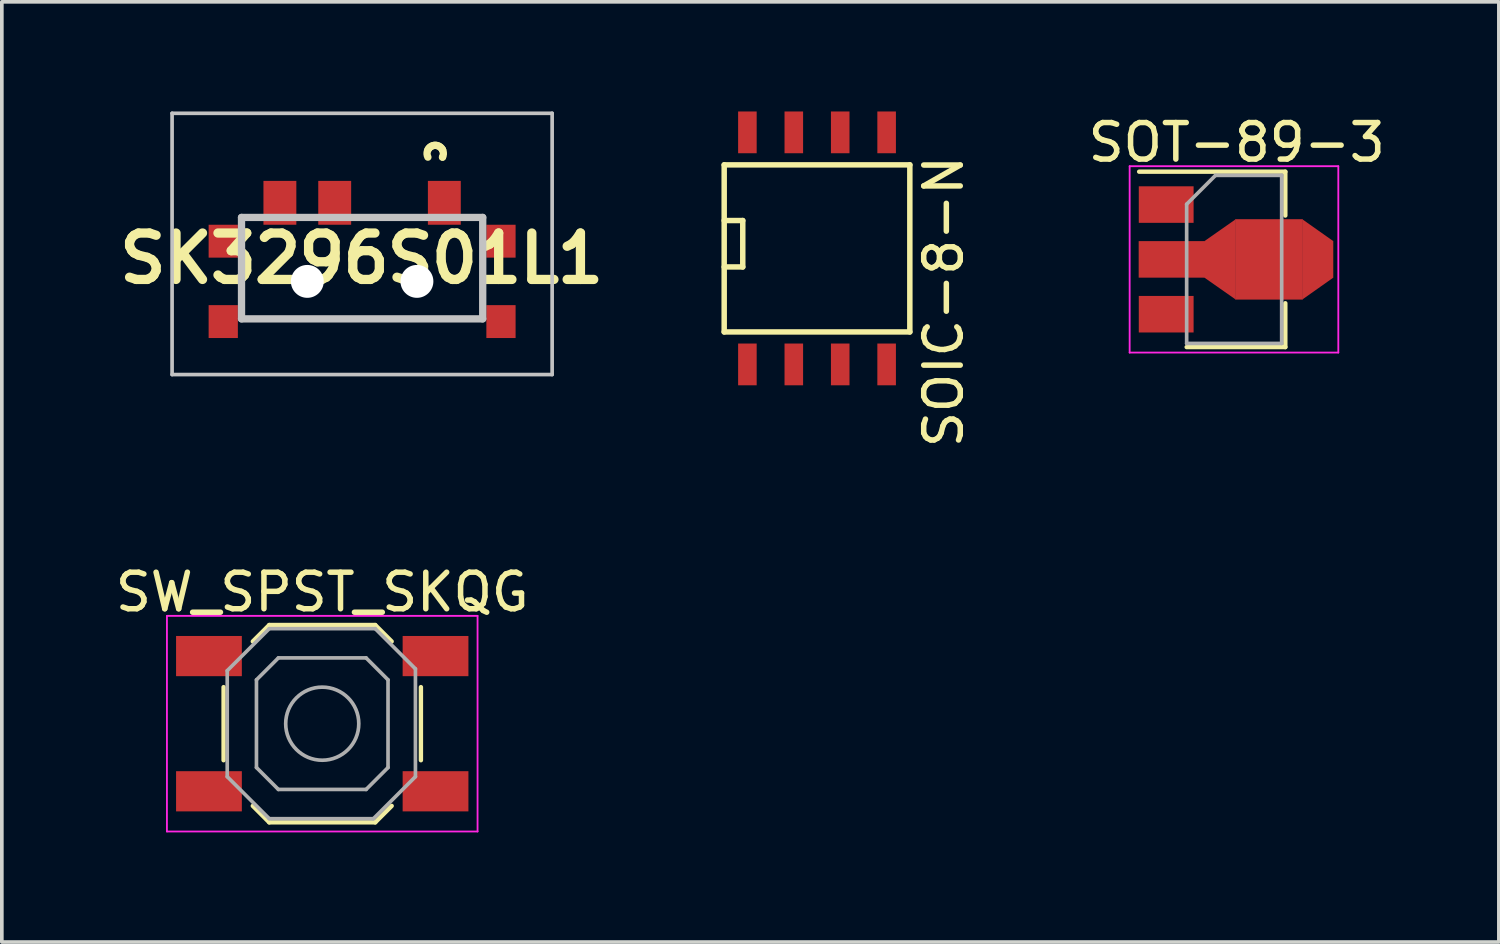
<source format=kicad_pcb>
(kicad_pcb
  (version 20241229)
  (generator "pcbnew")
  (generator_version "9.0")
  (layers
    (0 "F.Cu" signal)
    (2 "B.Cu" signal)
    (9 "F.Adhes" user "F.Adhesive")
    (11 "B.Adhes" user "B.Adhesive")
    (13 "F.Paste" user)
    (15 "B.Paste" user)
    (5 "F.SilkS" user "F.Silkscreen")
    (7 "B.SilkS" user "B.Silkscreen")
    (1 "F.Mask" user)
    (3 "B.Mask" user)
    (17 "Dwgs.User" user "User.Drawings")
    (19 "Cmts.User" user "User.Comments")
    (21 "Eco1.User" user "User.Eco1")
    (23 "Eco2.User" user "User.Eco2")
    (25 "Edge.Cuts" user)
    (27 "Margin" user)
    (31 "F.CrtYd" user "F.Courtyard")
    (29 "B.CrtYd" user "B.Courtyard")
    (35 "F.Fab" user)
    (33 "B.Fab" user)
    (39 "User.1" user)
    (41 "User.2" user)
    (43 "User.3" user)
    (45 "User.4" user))
  (footprint "SOT-89-3"
    (layer "F.Cu")
    (at 30.342 4.048)
    (property "Reference" "SOT-89-3" (at 0.45 -3.2 180) (layer "F.SilkS") (effects (font (size 1 1) (thickness 0.15))))
    (attr smd)
    (fp_line (start -2.22 -2.4) (end 1.78 -2.4) (stroke (width 0.12) (type solid)) (layer "F.SilkS"))
    (fp_line (start 1.78 -2.4) (end 1.78 -1.2) (stroke (width 0.12) (type solid)) (layer "F.SilkS"))
    (fp_line (start 1.78 1.2) (end 1.78 2.4) (stroke (width 0.12) (type solid)) (layer "F.SilkS"))
    (fp_line (start 1.78 2.4) (end -0.92 2.4) (stroke (width 0.12) (type solid)) (layer "F.SilkS"))
    (fp_line (start -2.48 2.55) (end -2.48 -2.55) (stroke (width 0.05) (type solid)) (layer "F.CrtYd"))
    (fp_line (start -2.48 2.55) (end 3.23 2.55) (stroke (width 0.05) (type solid)) (layer "F.CrtYd"))
    (fp_line (start 3.23 -2.55) (end -2.48 -2.55) (stroke (width 0.05) (type solid)) (layer "F.CrtYd"))
    (fp_line (start 3.23 -2.55) (end 3.23 2.55) (stroke (width 0.05) (type solid)) (layer "F.CrtYd"))
    (fp_line (start -0.92 -1.51) (end -0.13 -2.3) (stroke (width 0.1) (type solid)) (layer "F.Fab"))
    (fp_line (start -0.92 2.3) (end -0.92 -1.51) (stroke (width 0.1) (type solid)) (layer "F.Fab"))
    (fp_line (start -0.13 -2.3) (end 1.68 -2.3) (stroke (width 0.1) (type solid)) (layer "F.Fab"))
    (fp_line (start 1.68 -2.3) (end 1.68 2.3) (stroke (width 0.1) (type solid)) (layer "F.Fab"))
    (fp_line (start 1.68 2.3) (end -0.92 2.3) (stroke (width 0.1) (type solid)) (layer "F.Fab"))
    (pad "1" smd rect (at -1.48 -1.5 270) (size 1 1.5) (layers "F.Cu" "F.Mask" "F.Paste"))
    (pad "2" smd rect (at -1.333 0 270) (size 1 1.8) (layers "F.Cu" "F.Mask" "F.Paste"))
    (pad "2" smd trapezoid (at -0.076 0 90) (size 1.5 1) (rect_delta 0 0.7) (layers "F.Cu" "F.Mask" "F.Paste"))
    (pad "2" smd rect (at 1.333 0 270) (size 2.2 1.84) (layers "F.Cu" "F.Mask" "F.Paste"))
    (pad "2" smd trapezoid (at 2.667 0 270) (size 1.6 0.85) (rect_delta 0 0.6) (layers "F.Cu" "F.Mask" "F.Paste"))
    (pad "3" smd rect (at -1.48 1.5 270) (size 1 1.5) (layers "F.Cu" "F.Mask" "F.Paste")))
  (footprint "SW_SPST_SKQG"
    (layer "F.Cu")
    (at 5.768 16.753)
    (property "Reference" "SW_SPST_SKQG" (at 0 -3.6 180) (layer "F.SilkS") (effects (font (size 1 1) (thickness 0.15))))
    (attr smd)
    (fp_line (start -2.7 1) (end -2.7 -1) (stroke (width 0.12) (type solid)) (layer "F.SilkS"))
    (fp_line (start -1.9 -2.25) (end -1.45 -2.7) (stroke (width 0.12) (type solid)) (layer "F.SilkS"))
    (fp_line (start -1.45 -2.7) (end 1.45 -2.7) (stroke (width 0.12) (type solid)) (layer "F.SilkS"))
    (fp_line (start -1.45 2.7) (end -1.9 2.25) (stroke (width 0.12) (type solid)) (layer "F.SilkS"))
    (fp_line (start 1.45 -2.7) (end 1.9 -2.25) (stroke (width 0.12) (type solid)) (layer "F.SilkS"))
    (fp_line (start 1.45 2.7) (end -1.45 2.7) (stroke (width 0.12) (type solid)) (layer "F.SilkS"))
    (fp_line (start 1.9 2.25) (end 1.45 2.7) (stroke (width 0.12) (type solid)) (layer "F.SilkS"))
    (fp_line (start 2.7 -1) (end 2.7 1) (stroke (width 0.12) (type solid)) (layer "F.SilkS"))
    (fp_line (start -4.25 -2.95) (end -4.25 2.95) (stroke (width 0.05) (type solid)) (layer "F.CrtYd"))
    (fp_line (start -4.25 2.95) (end 4.25 2.95) (stroke (width 0.05) (type solid)) (layer "F.CrtYd"))
    (fp_line (start 4.25 -2.95) (end -4.25 -2.95) (stroke (width 0.05) (type solid)) (layer "F.CrtYd"))
    (fp_line (start 4.25 2.95) (end 4.25 -2.95) (stroke (width 0.05) (type solid)) (layer "F.CrtYd"))
    (fp_line (start -2.6 -1.45) (end -1.45 -2.6) (stroke (width 0.1) (type solid)) (layer "F.Fab"))
    (fp_line (start -2.6 1.45) (end -2.6 -1.45) (stroke (width 0.1) (type solid)) (layer "F.Fab"))
    (fp_line (start -1.8 -1.2) (end -1.2 -1.8) (stroke (width 0.1) (type solid)) (layer "F.Fab"))
    (fp_line (start -1.8 1.2) (end -1.8 -1.2) (stroke (width 0.1) (type solid)) (layer "F.Fab"))
    (fp_line (start -1.45 -2.6) (end 1.45 -2.6) (stroke (width 0.1) (type solid)) (layer "F.Fab"))
    (fp_line (start -1.45 2.6) (end -2.6 1.45) (stroke (width 0.1) (type solid)) (layer "F.Fab"))
    (fp_line (start -1.2 -1.8) (end 1.2 -1.8) (stroke (width 0.1) (type solid)) (layer "F.Fab"))
    (fp_line (start -1.2 1.8) (end -1.8 1.2) (stroke (width 0.1) (type solid)) (layer "F.Fab"))
    (fp_line (start 1.2 -1.8) (end 1.8 -1.2) (stroke (width 0.1) (type solid)) (layer "F.Fab"))
    (fp_line (start 1.2 1.8) (end -1.2 1.8) (stroke (width 0.1) (type solid)) (layer "F.Fab"))
    (fp_line (start 1.4 2.6) (end -1.45 2.6) (stroke (width 0.1) (type solid)) (layer "F.Fab"))
    (fp_line (start 1.45 -2.6) (end 2.55 -1.5) (stroke (width 0.1) (type solid)) (layer "F.Fab"))
    (fp_line (start 1.8 -1.2) (end 1.8 1.2) (stroke (width 0.1) (type solid)) (layer "F.Fab"))
    (fp_line (start 1.8 1.2) (end 1.2 1.8) (stroke (width 0.1) (type solid)) (layer "F.Fab"))
    (fp_line (start 2.55 -1.5) (end 2.55 1.45) (stroke (width 0.1) (type solid)) (layer "F.Fab"))
    (fp_line (start 2.55 1.45) (end 1.4 2.6) (stroke (width 0.1) (type solid)) (layer "F.Fab"))
    (fp_circle (center 0 0) (end 1 0) (stroke (width 0.1) (type solid)) (fill no) (layer "F.Fab"))
    (pad "1" smd rect (at -3.1 -1.85) (size 1.8 1.1) (layers "F.Cu" "F.Mask" "F.Paste"))
    (pad "1" smd rect (at 3.1 -1.85) (size 1.8 1.1) (layers "F.Cu" "F.Mask" "F.Paste"))
    (pad "2" smd rect (at -3.1 1.85) (size 1.8 1.1) (layers "F.Cu" "F.Mask" "F.Paste"))
    (pad "2" smd rect (at 3.1 1.85) (size 1.8 1.1) (layers "F.Cu" "F.Mask" "F.Paste")))
  (footprint "SOIC-8-N"
    (layer "F.Cu")
    (at 19.307 3.747)
    (property "Reference" "SOIC-8-N" (at 3.465 1.457 90) (layer "F.SilkS") (effects (font (size 1 1) (thickness 0.15))))
    (attr smd)
    (fp_line (start -2.54 -2.286) (end 2.54 -2.286) (stroke (width 0.15) (type solid)) (layer "F.SilkS"))
    (fp_line (start -2.54 -0.762) (end -2.032 -0.762) (stroke (width 0.15) (type solid)) (layer "F.SilkS"))
    (fp_line (start -2.54 2.286) (end -2.54 -2.286) (stroke (width 0.15) (type solid)) (layer "F.SilkS"))
    (fp_line (start -2.032 -0.762) (end -2.032 0.508) (stroke (width 0.15) (type solid)) (layer "F.SilkS"))
    (fp_line (start -2.032 0.508) (end -2.54 0.508) (stroke (width 0.15) (type solid)) (layer "F.SilkS"))
    (fp_line (start 2.54 -2.286) (end 2.54 2.286) (stroke (width 0.15) (type solid)) (layer "F.SilkS"))
    (fp_line (start 2.54 2.286) (end -2.54 2.286) (stroke (width 0.15) (type solid)) (layer "F.SilkS"))
    (pad "1" smd rect (at -1.905 3.175) (size 0.508 1.143) (layers "F.Cu" "F.Mask" "F.Paste"))
    (pad "2" smd rect (at -0.635 3.175) (size 0.508 1.143) (layers "F.Cu" "F.Mask" "F.Paste"))
    (pad "3" smd rect (at 0.635 3.175) (size 0.508 1.143) (layers "F.Cu" "F.Mask" "F.Paste"))
    (pad "4" smd rect (at 1.905 3.175) (size 0.508 1.143) (layers "F.Cu" "F.Mask" "F.Paste"))
    (pad "5" smd rect (at 1.905 -3.175) (size 0.508 1.143) (layers "F.Cu" "F.Mask" "F.Paste"))
    (pad "6" smd rect (at 0.635 -3.175) (size 0.508 1.143) (layers "F.Cu" "F.Mask" "F.Paste"))
    (pad "7" smd rect (at -0.635 -3.175) (size 0.508 1.143) (layers "F.Cu" "F.Mask" "F.Paste"))
    (pad "8" smd rect (at -1.905 -3.175) (size 0.508 1.143) (layers "F.Cu" "F.Mask" "F.Paste")))
  (footprint "SK3296S01L1"
    (layer "F.Cu")
    (at 6.859 3.4)
    (property "Reference" "SK3296S01L1" (at -0.013 0.622 180) (layer "F.SilkS") (effects (font (size 1.27 1.27) (thickness 0.254))))
    (attr through_hole)
    (fp_line (start -2.75 2.275) (end 2.75 2.275) (stroke (width 0.1) (type solid)) (layer "F.SilkS"))
    (fp_line (start 2.2 -2.35) (end 2.2 -2.35) (stroke (width 0.2) (type solid)) (layer "F.SilkS"))
    (fp_line (start 2.2 -2.15) (end 2.2 -2.15) (stroke (width 0.2) (type solid)) (layer "F.SilkS"))
    (fp_arc (start 1.8 -2.35) (mid 2.1 -2.45) (end 2.2 -2.15) (stroke (width 0.2) (type solid)) (layer "F.SilkS"))
    (fp_arc (start 1.8 -2.15) (mid 1.9 -2.45) (end 2.2 -2.35) (stroke (width 0.2) (type solid)) (layer "F.SilkS"))
    (fp_line (start -5.2 -3.35) (end -5.2 3.8) (stroke (width 0.1) (type solid)) (layer "Dwgs.User"))
    (fp_line (start -5.2 3.8) (end 5.2 3.8) (stroke (width 0.1) (type solid)) (layer "Dwgs.User"))
    (fp_line (start -3.3 -0.5) (end 3.3 -0.5) (stroke (width 0.2) (type solid)) (layer "Dwgs.User"))
    (fp_line (start -3.3 2.275) (end -3.3 -0.5) (stroke (width 0.2) (type solid)) (layer "Dwgs.User"))
    (fp_line (start 3.3 -0.5) (end 3.3 2.275) (stroke (width 0.2) (type solid)) (layer "Dwgs.User"))
    (fp_line (start 3.3 2.275) (end -3.3 2.275) (stroke (width 0.2) (type solid)) (layer "Dwgs.User"))
    (fp_line (start 5.2 -3.35) (end -5.2 -3.35) (stroke (width 0.1) (type solid)) (layer "Dwgs.User"))
    (fp_line (start 5.2 3.8) (end 5.2 -3.35) (stroke (width 0.1) (type solid)) (layer "Dwgs.User"))
    (pad "" np_thru_hole circle (at -1.5 1.25 90) (size 0.9 0.9) (drill 0.9) (layers "*.Cu" "*.Mask"))
    (pad "" np_thru_hole circle (at 1.5 1.25 90) (size 0.9 0.9) (drill 0.9) (layers "*.Cu" "*.Mask"))
    (pad "1" smd rect (at 2.25 -0.9) (size 0.9 1.2) (layers "F.Cu" "F.Mask" "F.Paste"))
    (pad "2" smd rect (at -0.75 -0.9) (size 0.9 1.2) (layers "F.Cu" "F.Mask" "F.Paste"))
    (pad "3" smd rect (at -2.25 -0.9) (size 0.9 1.2) (layers "F.Cu" "F.Mask" "F.Paste"))
    (pad "MP1" smd rect (at -3.8 0.15) (size 0.8 0.9) (layers "F.Cu" "F.Mask" "F.Paste"))
    (pad "MP2" smd rect (at 3.8 0.15) (size 0.8 0.9) (layers "F.Cu" "F.Mask" "F.Paste"))
    (pad "MP3" smd rect (at 3.8 2.35) (size 0.8 0.9) (layers "F.Cu" "F.Mask" "F.Paste"))
    (pad "MP4" smd rect (at -3.8 2.35) (size 0.8 0.9) (layers "F.Cu" "F.Mask" "F.Paste")))
  (gr_rect
    (start -3 -3)
    (end 37.965 22.728)
    (stroke (width 0.1) (type default))
    (fill no)
    (layer "Edge.Cuts")))
</source>
